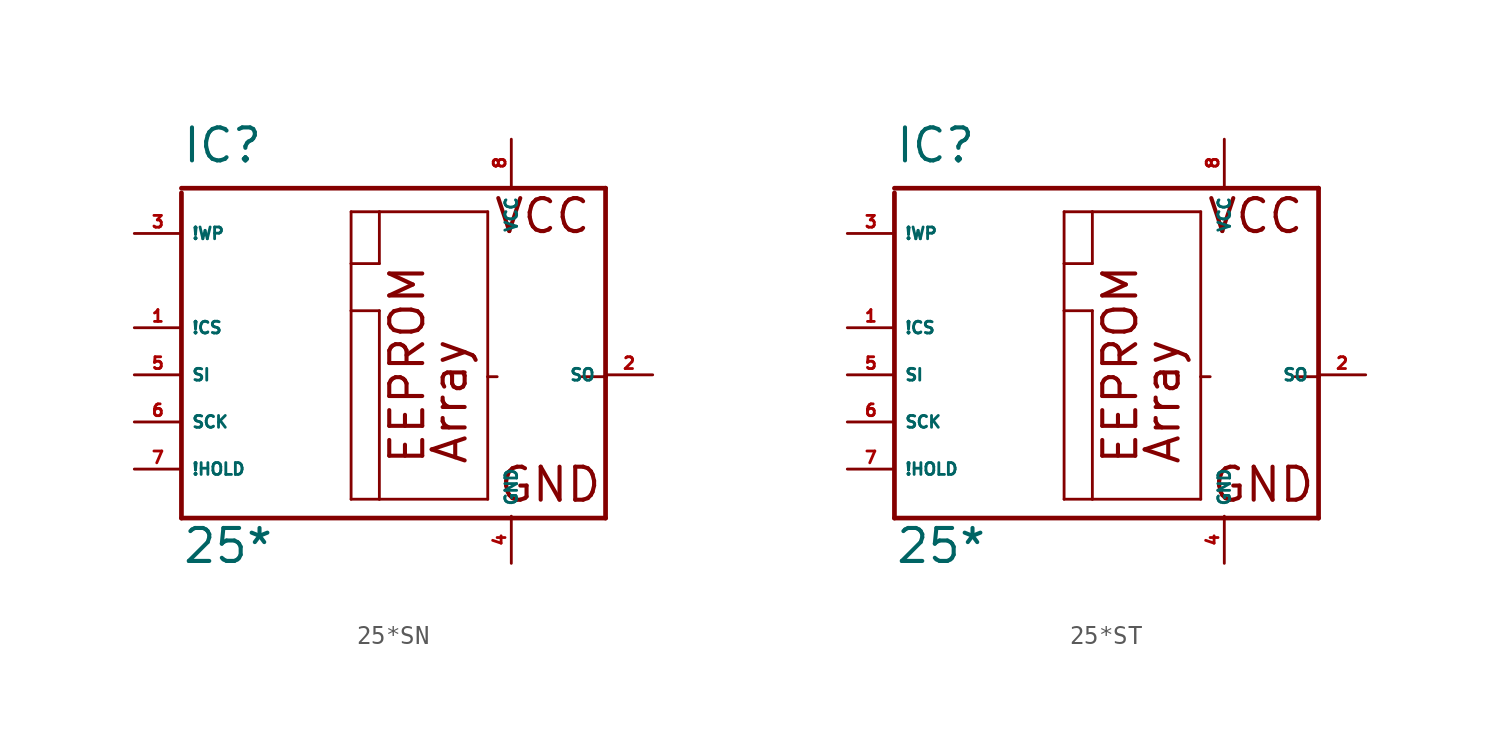
<source format=kicad_sym>
(kicad_symbol_lib
  (version 20220914)
  (generator Eagle2Kicad)
  (symbol "25*SN"
    (property "Reference" "IC"
      (at -10.16 11.33 0)
      (effects (font (size 1.778 1.778) (thickness 0.22)) (justify left bottom)))
    (property "Value" "25*"
      (at -10.16 -10.26 0)
      (effects (font (size 1.778 1.778) (thickness 0.22)) (justify left bottom)))
    (polyline
      (pts (xy -10.16 10.06) (xy 12.7 10.06))
      (stroke (width 0.254) (type default))
      (fill (type none)))
    (polyline
      (pts (xy 12.7 10.06) (xy 12.7 -0.1))
      (stroke (width 0.254) (type default))
      (fill (type none)))
    (polyline
      (pts (xy 12.7 -0.1) (xy 12.7 -7.72))
      (stroke (width 0.254) (type default))
      (fill (type none)))
    (polyline
      (pts (xy 12.7 -7.72) (xy -10.16 -7.72))
      (stroke (width 0.254) (type default))
      (fill (type none)))
    (polyline
      (pts (xy -10.16 -7.72) (xy -10.16 9.806))
      (stroke (width 0.254) (type default))
      (fill (type none)))
    (polyline
      (pts (xy -1.016 8.79) (xy 0.508 8.79))
      (stroke (width 0.152) (type default))
      (fill (type none)))
    (polyline
      (pts (xy 0.508 8.79) (xy 6.35 8.79))
      (stroke (width 0.152) (type default))
      (fill (type none)))
    (polyline
      (pts (xy 6.35 8.79) (xy 6.35 -0.1))
      (stroke (width 0.152) (type default))
      (fill (type none)))
    (polyline
      (pts (xy 6.35 -0.1) (xy 6.35 -6.704))
      (stroke (width 0.152) (type default))
      (fill (type none)))
    (polyline
      (pts (xy 6.35 -6.704) (xy 0.508 -6.704))
      (stroke (width 0.152) (type default))
      (fill (type none)))
    (polyline
      (pts (xy 0.508 -6.704) (xy -1.016 -6.704))
      (stroke (width 0.152) (type default))
      (fill (type none)))
    (polyline
      (pts (xy -1.016 -6.704) (xy -1.016 3.456))
      (stroke (width 0.152) (type default))
      (fill (type none)))
    (polyline
      (pts (xy -1.016 3.456) (xy -1.016 5.996))
      (stroke (width 0.152) (type default))
      (fill (type none)))
    (polyline
      (pts (xy -1.016 5.996) (xy -1.016 8.79))
      (stroke (width 0.152) (type default))
      (fill (type none)))
    (polyline
      (pts (xy 12.7 -0.1) (xy 11.43 -0.1))
      (stroke (width 0.152) (type default))
      (fill (type none)))
    (polyline
      (pts (xy 6.858 -0.1) (xy 6.35 -0.1))
      (stroke (width 0.152) (type default))
      (fill (type none)))
    (polyline
      (pts (xy 0.508 8.79) (xy 0.508 5.996))
      (stroke (width 0.152) (type default))
      (fill (type none)))
    (polyline
      (pts (xy 0.508 5.996) (xy -1.016 5.996))
      (stroke (width 0.152) (type default))
      (fill (type none)))
    (polyline
      (pts (xy 0.508 3.456) (xy 0.508 -6.704))
      (stroke (width 0.152) (type default))
      (fill (type none)))
    (polyline
      (pts (xy -1.016 3.456) (xy 0.508 3.456))
      (stroke (width 0.152) (type default))
      (fill (type none)))
    (text "Array"
      (at 5.334 -4.926 900)
      (effects (font (size 1.778 1.778) (thickness 0.22)) (justify left bottom)))
    (text "VCC"
      (at 6.604 7.52 0)
      (effects (font (size 1.778 1.778) (thickness 0.22)) (justify left bottom)))
    (text "GND"
      (at 6.858 -6.958 0)
      (effects (font (size 1.778 1.778) (thickness 0.22)) (justify left bottom)))
    (text "EEPROM"
      (at 3.048 -4.926 900)
      (effects (font (size 1.778 1.778) (thickness 0.22)) (justify left bottom)))
    (pin unspecified line
      (at 7.62 12.7 270)
      (length 2.54)
      (name "VCC" (effects (font (size 0.635 0.635) (thickness 0.08)) (justify left bottom)))
      (number "8" (effects (font (size 0.635 0.635) (thickness 0.08)) (justify left bottom))))
    (pin unspecified line
      (at 7.62 -10.16 90)
      (length 2.54)
      (name "GND" (effects (font (size 0.635 0.635) (thickness 0.08)) (justify left bottom)))
      (number "4" (effects (font (size 0.635 0.635) (thickness 0.08)) (justify left bottom))))
    (pin input line
      (at -12.7 2.54 0)
      (length 2.54)
      (name "!CS" (effects (font (size 0.635 0.635) (thickness 0.08)) (justify left bottom)))
      (number "1" (effects (font (size 0.635 0.635) (thickness 0.08)) (justify left bottom))))
    (pin bidirectional line
      (at 15.24 0 180)
      (length 2.54)
      (name "SO" (effects (font (size 0.635 0.635) (thickness 0.08)) (justify left bottom)))
      (number "2" (effects (font (size 0.635 0.635) (thickness 0.08)) (justify left bottom))))
    (pin input line
      (at -12.7 -5.08 0)
      (length 2.54)
      (name "!HOLD" (effects (font (size 0.635 0.635) (thickness 0.08)) (justify left bottom)))
      (number "7" (effects (font (size 0.635 0.635) (thickness 0.08)) (justify left bottom))))
    (pin input line
      (at -12.7 -2.54 0)
      (length 2.54)
      (name "SCK" (effects (font (size 0.635 0.635) (thickness 0.08)) (justify left bottom)))
      (number "6" (effects (font (size 0.635 0.635) (thickness 0.08)) (justify left bottom))))
    (pin input line
      (at -12.7 0 0)
      (length 2.54)
      (name "SI" (effects (font (size 0.635 0.635) (thickness 0.08)) (justify left bottom)))
      (number "5" (effects (font (size 0.635 0.635) (thickness 0.08)) (justify left bottom))))
    (pin input line
      (at -12.7 7.62 0)
      (length 2.54)
      (name "!WP" (effects (font (size 0.635 0.635) (thickness 0.08)) (justify left bottom)))
      (number "3" (effects (font (size 0.635 0.635) (thickness 0.08)) (justify left bottom)))))
  (symbol "25*ST"
    (property "Reference" "IC"
      (at -10.16 11.33 0)
      (effects (font (size 1.778 1.778) (thickness 0.22)) (justify left bottom)))
    (property "Value" "25*"
      (at -10.16 -10.26 0)
      (effects (font (size 1.778 1.778) (thickness 0.22)) (justify left bottom)))
    (polyline
      (pts (xy -10.16 10.06) (xy 12.7 10.06))
      (stroke (width 0.254) (type default))
      (fill (type none)))
    (polyline
      (pts (xy 12.7 10.06) (xy 12.7 -0.1))
      (stroke (width 0.254) (type default))
      (fill (type none)))
    (polyline
      (pts (xy 12.7 -0.1) (xy 12.7 -7.72))
      (stroke (width 0.254) (type default))
      (fill (type none)))
    (polyline
      (pts (xy 12.7 -7.72) (xy -10.16 -7.72))
      (stroke (width 0.254) (type default))
      (fill (type none)))
    (polyline
      (pts (xy -10.16 -7.72) (xy -10.16 9.806))
      (stroke (width 0.254) (type default))
      (fill (type none)))
    (polyline
      (pts (xy -1.016 8.79) (xy 0.508 8.79))
      (stroke (width 0.152) (type default))
      (fill (type none)))
    (polyline
      (pts (xy 0.508 8.79) (xy 6.35 8.79))
      (stroke (width 0.152) (type default))
      (fill (type none)))
    (polyline
      (pts (xy 6.35 8.79) (xy 6.35 -0.1))
      (stroke (width 0.152) (type default))
      (fill (type none)))
    (polyline
      (pts (xy 6.35 -0.1) (xy 6.35 -6.704))
      (stroke (width 0.152) (type default))
      (fill (type none)))
    (polyline
      (pts (xy 6.35 -6.704) (xy 0.508 -6.704))
      (stroke (width 0.152) (type default))
      (fill (type none)))
    (polyline
      (pts (xy 0.508 -6.704) (xy -1.016 -6.704))
      (stroke (width 0.152) (type default))
      (fill (type none)))
    (polyline
      (pts (xy -1.016 -6.704) (xy -1.016 3.456))
      (stroke (width 0.152) (type default))
      (fill (type none)))
    (polyline
      (pts (xy -1.016 3.456) (xy -1.016 5.996))
      (stroke (width 0.152) (type default))
      (fill (type none)))
    (polyline
      (pts (xy -1.016 5.996) (xy -1.016 8.79))
      (stroke (width 0.152) (type default))
      (fill (type none)))
    (polyline
      (pts (xy 12.7 -0.1) (xy 11.43 -0.1))
      (stroke (width 0.152) (type default))
      (fill (type none)))
    (polyline
      (pts (xy 6.858 -0.1) (xy 6.35 -0.1))
      (stroke (width 0.152) (type default))
      (fill (type none)))
    (polyline
      (pts (xy 0.508 8.79) (xy 0.508 5.996))
      (stroke (width 0.152) (type default))
      (fill (type none)))
    (polyline
      (pts (xy 0.508 5.996) (xy -1.016 5.996))
      (stroke (width 0.152) (type default))
      (fill (type none)))
    (polyline
      (pts (xy 0.508 3.456) (xy 0.508 -6.704))
      (stroke (width 0.152) (type default))
      (fill (type none)))
    (polyline
      (pts (xy -1.016 3.456) (xy 0.508 3.456))
      (stroke (width 0.152) (type default))
      (fill (type none)))
    (text "Array"
      (at 5.334 -4.926 900)
      (effects (font (size 1.778 1.778) (thickness 0.22)) (justify left bottom)))
    (text "VCC"
      (at 6.604 7.52 0)
      (effects (font (size 1.778 1.778) (thickness 0.22)) (justify left bottom)))
    (text "GND"
      (at 6.858 -6.958 0)
      (effects (font (size 1.778 1.778) (thickness 0.22)) (justify left bottom)))
    (text "EEPROM"
      (at 3.048 -4.926 900)
      (effects (font (size 1.778 1.778) (thickness 0.22)) (justify left bottom)))
    (pin unspecified line
      (at 7.62 12.7 270)
      (length 2.54)
      (name "VCC" (effects (font (size 0.635 0.635) (thickness 0.08)) (justify left bottom)))
      (number "8" (effects (font (size 0.635 0.635) (thickness 0.08)) (justify left bottom))))
    (pin unspecified line
      (at 7.62 -10.16 90)
      (length 2.54)
      (name "GND" (effects (font (size 0.635 0.635) (thickness 0.08)) (justify left bottom)))
      (number "4" (effects (font (size 0.635 0.635) (thickness 0.08)) (justify left bottom))))
    (pin input line
      (at -12.7 2.54 0)
      (length 2.54)
      (name "!CS" (effects (font (size 0.635 0.635) (thickness 0.08)) (justify left bottom)))
      (number "1" (effects (font (size 0.635 0.635) (thickness 0.08)) (justify left bottom))))
    (pin bidirectional line
      (at 15.24 0 180)
      (length 2.54)
      (name "SO" (effects (font (size 0.635 0.635) (thickness 0.08)) (justify left bottom)))
      (number "2" (effects (font (size 0.635 0.635) (thickness 0.08)) (justify left bottom))))
    (pin input line
      (at -12.7 -5.08 0)
      (length 2.54)
      (name "!HOLD" (effects (font (size 0.635 0.635) (thickness 0.08)) (justify left bottom)))
      (number "7" (effects (font (size 0.635 0.635) (thickness 0.08)) (justify left bottom))))
    (pin input line
      (at -12.7 -2.54 0)
      (length 2.54)
      (name "SCK" (effects (font (size 0.635 0.635) (thickness 0.08)) (justify left bottom)))
      (number "6" (effects (font (size 0.635 0.635) (thickness 0.08)) (justify left bottom))))
    (pin input line
      (at -12.7 0 0)
      (length 2.54)
      (name "SI" (effects (font (size 0.635 0.635) (thickness 0.08)) (justify left bottom)))
      (number "5" (effects (font (size 0.635 0.635) (thickness 0.08)) (justify left bottom))))
    (pin input line
      (at -12.7 7.62 0)
      (length 2.54)
      (name "!WP" (effects (font (size 0.635 0.635) (thickness 0.08)) (justify left bottom)))
      (number "3" (effects (font (size 0.635 0.635) (thickness 0.08)) (justify left bottom))))))
</source>
